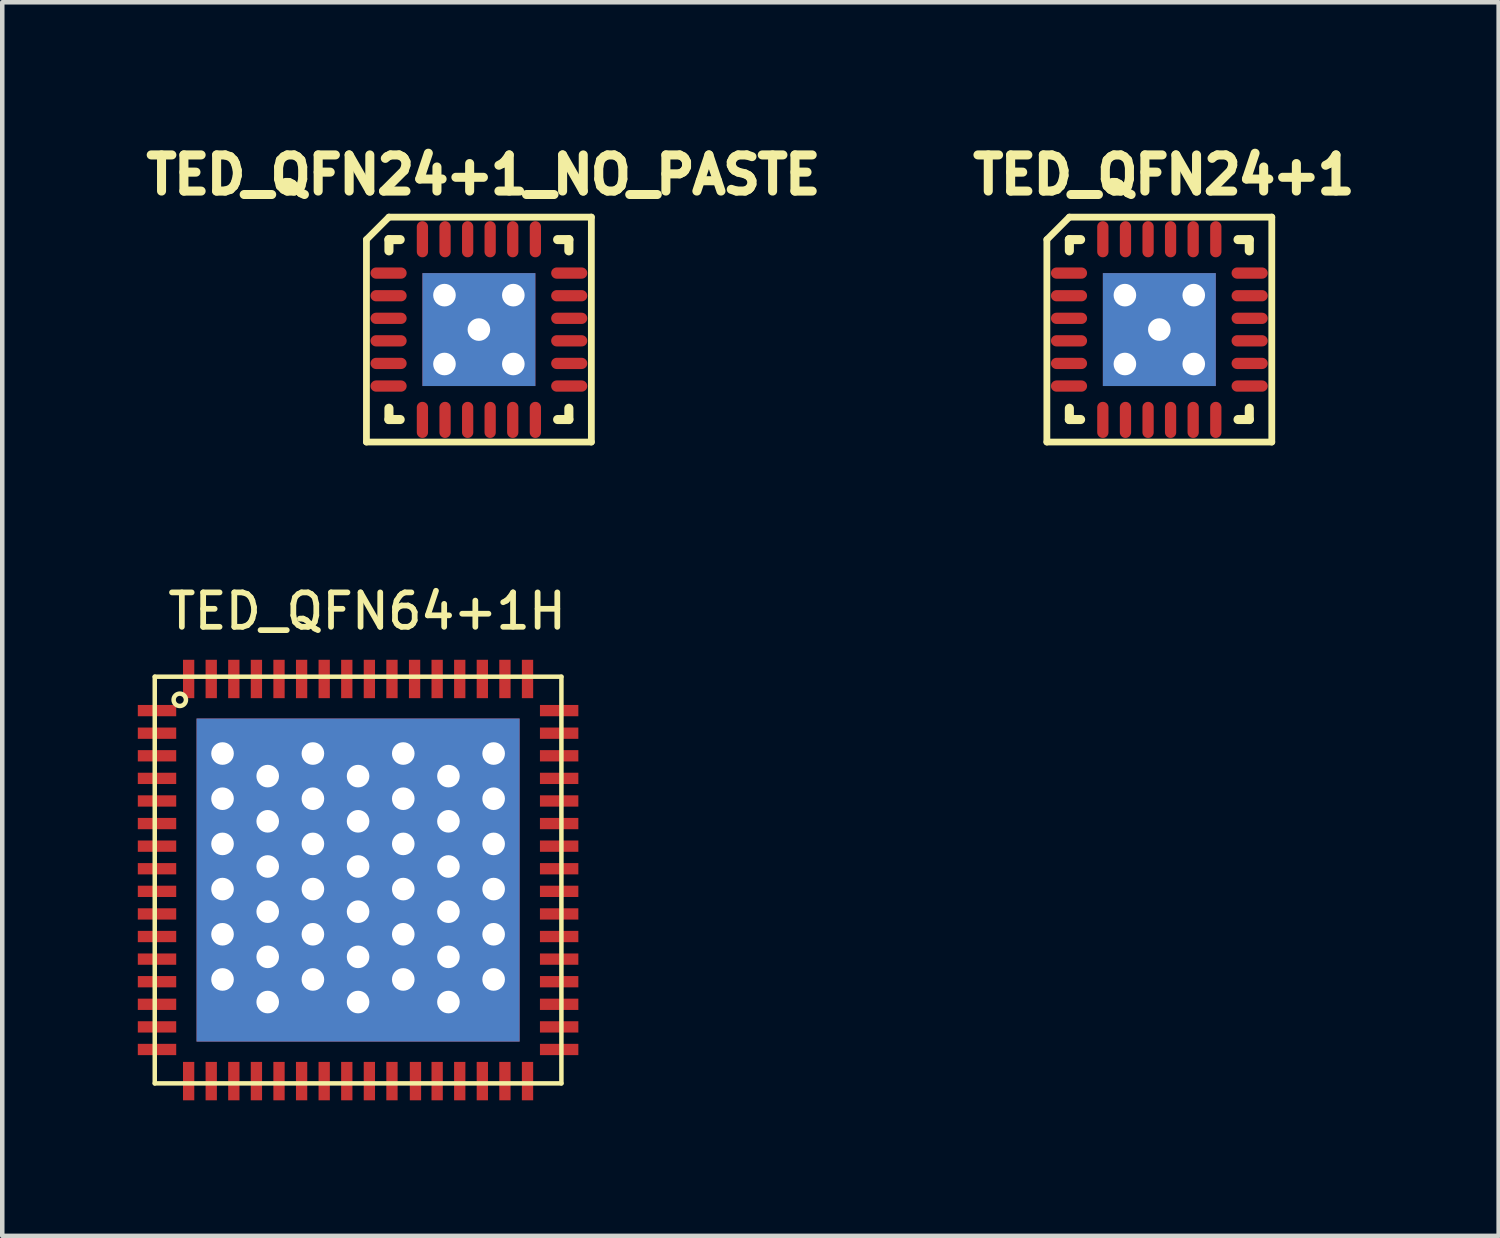
<source format=kicad_pcb>
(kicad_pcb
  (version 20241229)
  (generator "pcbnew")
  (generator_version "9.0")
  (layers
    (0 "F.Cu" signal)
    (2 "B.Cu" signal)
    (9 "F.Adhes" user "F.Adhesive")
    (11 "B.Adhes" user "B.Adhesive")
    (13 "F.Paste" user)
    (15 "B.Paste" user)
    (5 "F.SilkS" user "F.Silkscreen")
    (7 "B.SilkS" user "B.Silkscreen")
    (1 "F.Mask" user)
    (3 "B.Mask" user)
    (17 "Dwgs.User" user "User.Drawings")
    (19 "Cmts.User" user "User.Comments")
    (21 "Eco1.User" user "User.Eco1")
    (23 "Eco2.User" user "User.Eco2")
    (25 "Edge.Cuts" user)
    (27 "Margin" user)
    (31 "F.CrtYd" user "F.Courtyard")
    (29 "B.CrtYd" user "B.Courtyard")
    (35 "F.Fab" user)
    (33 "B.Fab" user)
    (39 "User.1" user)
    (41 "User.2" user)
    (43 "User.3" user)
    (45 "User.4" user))
  (footprint "TED_QFN24+1_NO_PASTE"
    (layer "F.Cu")
    (at 7.549 4.244)
    (property "Reference" "TED_QFN24+1_NO_PASTE" (at 0.1 -3.425 0) (layer "F.SilkS") (effects (font (size 0.8 0.8) (thickness 0.2))))
    (attr through_hole)
    (fp_line (start -2.489 -1.991) (end -2.489 2.489) (stroke (width 0.15) (type solid)) (layer "F.SilkS"))
    (fp_line (start -2.489 -1.991) (end -1.991 -2.489) (stroke (width 0.15) (type solid)) (layer "F.SilkS"))
    (fp_line (start -1.991 -2.489) (end 2.489 -2.489) (stroke (width 0.15) (type solid)) (layer "F.SilkS"))
    (fp_line (start -1.991 -1.991) (end -1.742 -1.991) (stroke (width 0.201) (type solid)) (layer "F.SilkS"))
    (fp_line (start -1.991 -1.742) (end -1.991 -1.991) (stroke (width 0.201) (type solid)) (layer "F.SilkS"))
    (fp_line (start -1.991 1.991) (end -1.991 1.742) (stroke (width 0.201) (type solid)) (layer "F.SilkS"))
    (fp_line (start -1.742 1.991) (end -1.991 1.991) (stroke (width 0.201) (type solid)) (layer "F.SilkS"))
    (fp_line (start 1.742 -1.991) (end 1.991 -1.991) (stroke (width 0.201) (type solid)) (layer "F.SilkS"))
    (fp_line (start 1.991 -1.991) (end 1.991 -1.742) (stroke (width 0.201) (type solid)) (layer "F.SilkS"))
    (fp_line (start 1.991 1.742) (end 1.991 1.991) (stroke (width 0.201) (type solid)) (layer "F.SilkS"))
    (fp_line (start 1.991 1.991) (end 1.742 1.991) (stroke (width 0.201) (type solid)) (layer "F.SilkS"))
    (fp_line (start 2.489 -2.489) (end 2.489 2.489) (stroke (width 0.15) (type solid)) (layer "F.SilkS"))
    (fp_line (start 2.489 2.489) (end -2.489 2.489) (stroke (width 0.15) (type solid)) (layer "F.SilkS"))
    (pad "1" smd oval (at -1.999 -1.25) (size 0.8 0.249) (layers "F.Cu" "F.Mask" "F.Paste"))
    (pad "2" smd oval (at -1.999 -0.749) (size 0.8 0.249) (layers "F.Cu" "F.Mask" "F.Paste"))
    (pad "3" smd oval (at -1.999 -0.249) (size 0.8 0.249) (layers "F.Cu" "F.Mask" "F.Paste"))
    (pad "4" smd oval (at -1.999 0.249) (size 0.8 0.249) (layers "F.Cu" "F.Mask" "F.Paste"))
    (pad "5" smd oval (at -1.999 0.749) (size 0.8 0.249) (layers "F.Cu" "F.Mask" "F.Paste"))
    (pad "6" smd oval (at -1.999 1.25) (size 0.8 0.249) (layers "F.Cu" "F.Mask" "F.Paste"))
    (pad "7" smd oval (at -1.25 1.999 90) (size 0.8 0.249) (layers "F.Cu" "F.Mask" "F.Paste"))
    (pad "8" smd oval (at -0.749 1.999 90) (size 0.8 0.249) (layers "F.Cu" "F.Mask" "F.Paste"))
    (pad "9" smd oval (at -0.249 1.999 90) (size 0.8 0.249) (layers "F.Cu" "F.Mask" "F.Paste"))
    (pad "10" smd oval (at 0.249 1.999 90) (size 0.8 0.249) (layers "F.Cu" "F.Mask" "F.Paste"))
    (pad "11" smd oval (at 0.749 1.999 90) (size 0.8 0.249) (layers "F.Cu" "F.Mask" "F.Paste"))
    (pad "12" smd oval (at 1.25 1.999 90) (size 0.8 0.249) (layers "F.Cu" "F.Mask" "F.Paste"))
    (pad "13" smd oval (at 1.999 1.25 180) (size 0.8 0.249) (layers "F.Cu" "F.Mask" "F.Paste"))
    (pad "14" smd oval (at 1.999 0.749 180) (size 0.8 0.249) (layers "F.Cu" "F.Mask" "F.Paste"))
    (pad "15" smd oval (at 1.999 0.249 180) (size 0.8 0.249) (layers "F.Cu" "F.Mask" "F.Paste"))
    (pad "16" smd oval (at 1.999 -0.249 180) (size 0.8 0.249) (layers "F.Cu" "F.Mask" "F.Paste"))
    (pad "17" smd oval (at 1.999 -0.749 180) (size 0.8 0.249) (layers "F.Cu" "F.Mask" "F.Paste"))
    (pad "18" smd oval (at 1.999 -1.25 180) (size 0.8 0.249) (layers "F.Cu" "F.Mask" "F.Paste"))
    (pad "19" smd oval (at 1.25 -1.999 270) (size 0.8 0.249) (layers "F.Cu" "F.Mask" "F.Paste"))
    (pad "20" smd oval (at 0.749 -1.999 270) (size 0.8 0.249) (layers "F.Cu" "F.Mask" "F.Paste"))
    (pad "21" smd oval (at 0.249 -1.999 270) (size 0.8 0.249) (layers "F.Cu" "F.Mask" "F.Paste"))
    (pad "22" smd oval (at -0.249 -1.999 270) (size 0.8 0.249) (layers "F.Cu" "F.Mask" "F.Paste"))
    (pad "23" smd oval (at -0.749 -1.999 270) (size 0.8 0.249) (layers "F.Cu" "F.Mask" "F.Paste"))
    (pad "24" smd oval (at -1.25 -1.999 270) (size 0.8 0.249) (layers "F.Cu" "F.Mask" "F.Paste"))
    (pad "25" thru_hole circle (at -0.762 -0.762 270) (size 0.6 0.6) (drill 0.5) (layers "*.Cu"))
    (pad "25" thru_hole circle (at -0.762 0.762 270) (size 0.6 0.6) (drill 0.5) (layers "*.Cu"))
    (pad "25" thru_hole circle (at 0 0 270) (size 0.6 0.6) (drill 0.5) (layers "*.Cu"))
    (pad "25" smd rect (at 0 0 270) (size 2.499 2.499) (layers "F.Cu" "F.Mask"))
    (pad "25" smd rect (at 0 0 270) (size 2.499 2.499) (layers "B.Cu" "B.Mask"))
    (pad "25" thru_hole circle (at 0.762 -0.762 270) (size 0.6 0.6) (drill 0.5) (layers "*.Cu"))
    (pad "25" thru_hole circle (at 0.762 0.762 270) (size 0.6 0.6) (drill 0.5) (layers "*.Cu")))
  (footprint "TED_QFN24+1"
    (layer "F.Cu")
    (at 22.608 4.244)
    (property "Reference" "TED_QFN24+1" (at 0.1 -3.425 0) (layer "F.SilkS") (effects (font (size 0.8 0.8) (thickness 0.2))))
    (attr through_hole)
    (fp_line (start -2.489 -1.991) (end -2.489 2.489) (stroke (width 0.15) (type solid)) (layer "F.SilkS"))
    (fp_line (start -2.489 -1.991) (end -1.991 -2.489) (stroke (width 0.15) (type solid)) (layer "F.SilkS"))
    (fp_line (start -1.991 -2.489) (end 2.489 -2.489) (stroke (width 0.15) (type solid)) (layer "F.SilkS"))
    (fp_line (start -1.991 -1.991) (end -1.742 -1.991) (stroke (width 0.201) (type solid)) (layer "F.SilkS"))
    (fp_line (start -1.991 -1.742) (end -1.991 -1.991) (stroke (width 0.201) (type solid)) (layer "F.SilkS"))
    (fp_line (start -1.991 1.991) (end -1.991 1.742) (stroke (width 0.201) (type solid)) (layer "F.SilkS"))
    (fp_line (start -1.742 1.991) (end -1.991 1.991) (stroke (width 0.201) (type solid)) (layer "F.SilkS"))
    (fp_line (start 1.742 -1.991) (end 1.991 -1.991) (stroke (width 0.201) (type solid)) (layer "F.SilkS"))
    (fp_line (start 1.991 -1.991) (end 1.991 -1.742) (stroke (width 0.201) (type solid)) (layer "F.SilkS"))
    (fp_line (start 1.991 1.742) (end 1.991 1.991) (stroke (width 0.201) (type solid)) (layer "F.SilkS"))
    (fp_line (start 1.991 1.991) (end 1.742 1.991) (stroke (width 0.201) (type solid)) (layer "F.SilkS"))
    (fp_line (start 2.489 -2.489) (end 2.489 2.489) (stroke (width 0.15) (type solid)) (layer "F.SilkS"))
    (fp_line (start 2.489 2.489) (end -2.489 2.489) (stroke (width 0.15) (type solid)) (layer "F.SilkS"))
    (pad "1" smd oval (at -1.999 -1.25) (size 0.8 0.249) (layers "F.Cu" "F.Mask" "F.Paste"))
    (pad "2" smd oval (at -1.999 -0.749) (size 0.8 0.249) (layers "F.Cu" "F.Mask" "F.Paste"))
    (pad "3" smd oval (at -1.999 -0.249) (size 0.8 0.249) (layers "F.Cu" "F.Mask" "F.Paste"))
    (pad "4" smd oval (at -1.999 0.249) (size 0.8 0.249) (layers "F.Cu" "F.Mask" "F.Paste"))
    (pad "5" smd oval (at -1.999 0.749) (size 0.8 0.249) (layers "F.Cu" "F.Mask" "F.Paste"))
    (pad "6" smd oval (at -1.999 1.25) (size 0.8 0.249) (layers "F.Cu" "F.Mask" "F.Paste"))
    (pad "7" smd oval (at -1.25 1.999 90) (size 0.8 0.249) (layers "F.Cu" "F.Mask" "F.Paste"))
    (pad "8" smd oval (at -0.749 1.999 90) (size 0.8 0.249) (layers "F.Cu" "F.Mask" "F.Paste"))
    (pad "9" smd oval (at -0.249 1.999 90) (size 0.8 0.249) (layers "F.Cu" "F.Mask" "F.Paste"))
    (pad "10" smd oval (at 0.249 1.999 90) (size 0.8 0.249) (layers "F.Cu" "F.Mask" "F.Paste"))
    (pad "11" smd oval (at 0.749 1.999 90) (size 0.8 0.249) (layers "F.Cu" "F.Mask" "F.Paste"))
    (pad "12" smd oval (at 1.25 1.999 90) (size 0.8 0.249) (layers "F.Cu" "F.Mask" "F.Paste"))
    (pad "13" smd oval (at 1.999 1.25 180) (size 0.8 0.249) (layers "F.Cu" "F.Mask" "F.Paste"))
    (pad "14" smd oval (at 1.999 0.749 180) (size 0.8 0.249) (layers "F.Cu" "F.Mask" "F.Paste"))
    (pad "15" smd oval (at 1.999 0.249 180) (size 0.8 0.249) (layers "F.Cu" "F.Mask" "F.Paste"))
    (pad "16" smd oval (at 1.999 -0.249 180) (size 0.8 0.249) (layers "F.Cu" "F.Mask" "F.Paste"))
    (pad "17" smd oval (at 1.999 -0.749 180) (size 0.8 0.249) (layers "F.Cu" "F.Mask" "F.Paste"))
    (pad "18" smd oval (at 1.999 -1.25 180) (size 0.8 0.249) (layers "F.Cu" "F.Mask" "F.Paste"))
    (pad "19" smd oval (at 1.25 -1.999 270) (size 0.8 0.249) (layers "F.Cu" "F.Mask" "F.Paste"))
    (pad "20" smd oval (at 0.749 -1.999 270) (size 0.8 0.249) (layers "F.Cu" "F.Mask" "F.Paste"))
    (pad "21" smd oval (at 0.249 -1.999 270) (size 0.8 0.249) (layers "F.Cu" "F.Mask" "F.Paste"))
    (pad "22" smd oval (at -0.249 -1.999 270) (size 0.8 0.249) (layers "F.Cu" "F.Mask" "F.Paste"))
    (pad "23" smd oval (at -0.749 -1.999 270) (size 0.8 0.249) (layers "F.Cu" "F.Mask" "F.Paste"))
    (pad "24" smd oval (at -1.25 -1.999 270) (size 0.8 0.249) (layers "F.Cu" "F.Mask" "F.Paste"))
    (pad "25" thru_hole circle (at -0.762 -0.762 270) (size 0.6 0.6) (drill 0.5) (layers "*.Cu"))
    (pad "25" thru_hole circle (at -0.762 0.762 270) (size 0.6 0.6) (drill 0.5) (layers "*.Cu"))
    (pad "25" thru_hole circle (at 0 0 270) (size 0.6 0.6) (drill 0.5) (layers "*.Cu"))
    (pad "25" smd rect (at 0 0 270) (size 2.499 2.499) (layers "F.Cu" "F.Mask" "F.Paste"))
    (pad "25" smd rect (at 0 0 270) (size 2.499 2.499) (layers "B.Cu" "B.Mask" "B.Paste"))
    (pad "25" thru_hole circle (at 0.762 -0.762 270) (size 0.6 0.6) (drill 0.5) (layers "*.Cu"))
    (pad "25" thru_hole circle (at 0.762 0.762 270) (size 0.6 0.6) (drill 0.5) (layers "*.Cu")))
  (footprint "TED_QFN64+1H"
    (layer "F.Cu")
    (at 4.875 16.427)
    (property "Reference" "TED_QFN64+1H" (at 0.2 -5.95 0) (layer "F.SilkS") (effects (font (size 0.762 0.762) (thickness 0.127))))
    (attr smd)
    (fp_line (start -4.5 -4.5) (end 4.5 -4.5) (stroke (width 0.099) (type solid)) (layer "F.SilkS"))
    (fp_line (start -4.5 4.5) (end -4.5 -4.5) (stroke (width 0.099) (type solid)) (layer "F.SilkS"))
    (fp_line (start 4.5 -4.5) (end 4.5 4.5) (stroke (width 0.099) (type solid)) (layer "F.SilkS"))
    (fp_line (start 4.5 4.5) (end -4.5 4.5) (stroke (width 0.099) (type solid)) (layer "F.SilkS"))
    (fp_circle (center -3.946 -3.989) (end -3.895 -3.862) (stroke (width 0.099) (type solid)) (fill no) (layer "F.SilkS"))
    (pad "1" smd rect (at -4.45 -3.75 90) (size 0.25 0.85) (layers "F.Cu" "F.Mask" "F.Paste"))
    (pad "2" smd rect (at -4.45 -3.25 90) (size 0.25 0.85) (layers "F.Cu" "F.Mask" "F.Paste"))
    (pad "3" smd rect (at -4.45 -2.75 90) (size 0.25 0.85) (layers "F.Cu" "F.Mask" "F.Paste"))
    (pad "4" smd rect (at -4.45 -2.25 90) (size 0.25 0.85) (layers "F.Cu" "F.Mask" "F.Paste"))
    (pad "5" smd rect (at -4.45 -1.75 90) (size 0.25 0.85) (layers "F.Cu" "F.Mask" "F.Paste"))
    (pad "6" smd rect (at -4.45 -1.25 90) (size 0.25 0.85) (layers "F.Cu" "F.Mask" "F.Paste"))
    (pad "7" smd rect (at -4.45 -0.75 90) (size 0.25 0.85) (layers "F.Cu" "F.Mask" "F.Paste"))
    (pad "8" smd rect (at -4.45 -0.25 90) (size 0.25 0.85) (layers "F.Cu" "F.Mask" "F.Paste"))
    (pad "9" smd rect (at -4.45 0.25 90) (size 0.25 0.85) (layers "F.Cu" "F.Mask" "F.Paste"))
    (pad "10" smd rect (at -4.45 0.75 90) (size 0.25 0.85) (layers "F.Cu" "F.Mask" "F.Paste"))
    (pad "11" smd rect (at -4.45 1.25 90) (size 0.25 0.85) (layers "F.Cu" "F.Mask" "F.Paste"))
    (pad "12" smd rect (at -4.45 1.75 90) (size 0.25 0.85) (layers "F.Cu" "F.Mask" "F.Paste"))
    (pad "13" smd rect (at -4.45 2.25 90) (size 0.25 0.85) (layers "F.Cu" "F.Mask" "F.Paste"))
    (pad "14" smd rect (at -4.45 2.75 90) (size 0.25 0.85) (layers "F.Cu" "F.Mask" "F.Paste"))
    (pad "15" smd rect (at -4.45 3.25 90) (size 0.25 0.85) (layers "F.Cu" "F.Mask" "F.Paste"))
    (pad "16" smd rect (at -4.45 3.75 90) (size 0.25 0.85) (layers "F.Cu" "F.Mask" "F.Paste"))
    (pad "17" smd rect (at -3.75 4.45 180) (size 0.25 0.85) (layers "F.Cu" "F.Mask" "F.Paste"))
    (pad "18" smd rect (at -3.25 4.45 180) (size 0.25 0.85) (layers "F.Cu" "F.Mask" "F.Paste"))
    (pad "19" smd rect (at -2.75 4.45 180) (size 0.25 0.85) (layers "F.Cu" "F.Mask" "F.Paste"))
    (pad "20" smd rect (at -2.25 4.45 180) (size 0.25 0.85) (layers "F.Cu" "F.Mask" "F.Paste"))
    (pad "21" smd rect (at -1.75 4.45 180) (size 0.25 0.85) (layers "F.Cu" "F.Mask" "F.Paste"))
    (pad "22" smd rect (at -1.25 4.45 180) (size 0.25 0.85) (layers "F.Cu" "F.Mask" "F.Paste"))
    (pad "23" smd rect (at -0.75 4.45 180) (size 0.25 0.85) (layers "F.Cu" "F.Mask" "F.Paste"))
    (pad "24" smd rect (at -0.25 4.45 180) (size 0.25 0.85) (layers "F.Cu" "F.Mask" "F.Paste"))
    (pad "25" smd rect (at 0.25 4.45 180) (size 0.25 0.85) (layers "F.Cu" "F.Mask" "F.Paste"))
    (pad "26" smd rect (at 0.75 4.45 180) (size 0.25 0.85) (layers "F.Cu" "F.Mask" "F.Paste"))
    (pad "27" smd rect (at 1.27 4.45 180) (size 0.25 0.85) (layers "F.Cu" "F.Mask" "F.Paste"))
    (pad "28" smd rect (at 1.75 4.45 180) (size 0.25 0.85) (layers "F.Cu" "F.Mask" "F.Paste"))
    (pad "29" smd rect (at 2.25 4.45 180) (size 0.25 0.85) (layers "F.Cu" "F.Mask" "F.Paste"))
    (pad "30" smd rect (at 2.75 4.45 180) (size 0.25 0.85) (layers "F.Cu" "F.Mask" "F.Paste"))
    (pad "31" smd rect (at 3.25 4.45 180) (size 0.25 0.85) (layers "F.Cu" "F.Mask" "F.Paste"))
    (pad "32" smd rect (at 3.75 4.45 180) (size 0.25 0.85) (layers "F.Cu" "F.Mask" "F.Paste"))
    (pad "33" smd rect (at 4.45 3.75 90) (size 0.25 0.85) (layers "F.Cu" "F.Mask" "F.Paste"))
    (pad "34" smd rect (at 4.45 3.25 90) (size 0.25 0.85) (layers "F.Cu" "F.Mask" "F.Paste"))
    (pad "35" smd rect (at 4.45 2.75 90) (size 0.25 0.85) (layers "F.Cu" "F.Mask" "F.Paste"))
    (pad "36" smd rect (at 4.45 2.25 90) (size 0.25 0.85) (layers "F.Cu" "F.Mask" "F.Paste"))
    (pad "37" smd rect (at 4.45 1.75 90) (size 0.25 0.85) (layers "F.Cu" "F.Mask" "F.Paste"))
    (pad "38" smd rect (at 4.45 1.25 90) (size 0.25 0.85) (layers "F.Cu" "F.Mask" "F.Paste"))
    (pad "39" smd rect (at 4.45 0.75 90) (size 0.25 0.85) (layers "F.Cu" "F.Mask" "F.Paste"))
    (pad "40" smd rect (at 4.45 0.25 90) (size 0.25 0.85) (layers "F.Cu" "F.Mask" "F.Paste"))
    (pad "41" smd rect (at 4.45 -0.25 90) (size 0.25 0.85) (layers "F.Cu" "F.Mask" "F.Paste"))
    (pad "42" smd rect (at 4.45 -0.75 90) (size 0.25 0.85) (layers "F.Cu" "F.Mask" "F.Paste"))
    (pad "43" smd rect (at 4.45 -1.25 90) (size 0.25 0.85) (layers "F.Cu" "F.Mask" "F.Paste"))
    (pad "44" smd rect (at 4.45 -1.75 90) (size 0.25 0.85) (layers "F.Cu" "F.Mask" "F.Paste"))
    (pad "45" smd rect (at 4.45 -2.25 90) (size 0.25 0.85) (layers "F.Cu" "F.Mask" "F.Paste"))
    (pad "46" smd rect (at 4.45 -2.75 90) (size 0.25 0.85) (layers "F.Cu" "F.Mask" "F.Paste"))
    (pad "47" smd rect (at 4.45 -3.25 90) (size 0.25 0.85) (layers "F.Cu" "F.Mask" "F.Paste"))
    (pad "48" smd rect (at 4.45 -3.75 90) (size 0.25 0.85) (layers "F.Cu" "F.Mask" "F.Paste"))
    (pad "49" smd rect (at 3.75 -4.45 180) (size 0.25 0.85) (layers "F.Cu" "F.Mask" "F.Paste"))
    (pad "50" smd rect (at 3.25 -4.45 180) (size 0.25 0.85) (layers "F.Cu" "F.Mask" "F.Paste"))
    (pad "51" smd rect (at 2.75 -4.45 180) (size 0.25 0.85) (layers "F.Cu" "F.Mask" "F.Paste"))
    (pad "52" smd rect (at 2.25 -4.45 180) (size 0.25 0.85) (layers "F.Cu" "F.Mask" "F.Paste"))
    (pad "53" smd rect (at 1.75 -4.45 180) (size 0.25 0.85) (layers "F.Cu" "F.Mask" "F.Paste"))
    (pad "54" smd rect (at 1.25 -4.45 180) (size 0.25 0.85) (layers "F.Cu" "F.Mask" "F.Paste"))
    (pad "55" smd rect (at 0.75 -4.45 180) (size 0.25 0.85) (layers "F.Cu" "F.Mask" "F.Paste"))
    (pad "56" smd rect (at 0.25 -4.45 180) (size 0.25 0.85) (layers "F.Cu" "F.Mask" "F.Paste"))
    (pad "57" smd rect (at -0.25 -4.45 180) (size 0.25 0.85) (layers "F.Cu" "F.Mask" "F.Paste"))
    (pad "58" smd rect (at -0.75 -4.45 180) (size 0.25 0.85) (layers "F.Cu" "F.Mask" "F.Paste"))
    (pad "59" smd rect (at -1.25 -4.45 180) (size 0.25 0.85) (layers "F.Cu" "F.Mask" "F.Paste"))
    (pad "60" smd rect (at -1.75 -4.45 180) (size 0.25 0.85) (layers "F.Cu" "F.Mask" "F.Paste"))
    (pad "61" smd rect (at -2.25 -4.45 180) (size 0.25 0.85) (layers "F.Cu" "F.Mask" "F.Paste"))
    (pad "62" smd rect (at -2.75 -4.45 180) (size 0.25 0.85) (layers "F.Cu" "F.Mask" "F.Paste"))
    (pad "63" smd rect (at -3.25 -4.45 180) (size 0.25 0.85) (layers "F.Cu" "F.Mask" "F.Paste"))
    (pad "64" smd rect (at -3.75 -4.45 180) (size 0.25 0.85) (layers "F.Cu" "F.Mask" "F.Paste"))
    (pad "65" thru_hole circle (at -3 -2.8) (size 0.6 0.6) (drill 0.5) (layers "*.Cu"))
    (pad "65" thru_hole circle (at -3 -1.8) (size 0.6 0.6) (drill 0.5) (layers "*.Cu"))
    (pad "65" thru_hole circle (at -3 -0.8) (size 0.6 0.6) (drill 0.5) (layers "*.Cu"))
    (pad "65" thru_hole circle (at -3 0.2) (size 0.6 0.6) (drill 0.5) (layers "*.Cu"))
    (pad "65" thru_hole circle (at -3 1.2) (size 0.6 0.6) (drill 0.5) (layers "*.Cu"))
    (pad "65" thru_hole circle (at -3 2.2) (size 0.6 0.6) (drill 0.5) (layers "*.Cu"))
    (pad "65" thru_hole circle (at -2 -2.3) (size 0.6 0.6) (drill 0.5) (layers "*.Cu"))
    (pad "65" thru_hole circle (at -2 -1.3) (size 0.6 0.6) (drill 0.5) (layers "*.Cu"))
    (pad "65" thru_hole circle (at -2 -0.3) (size 0.6 0.6) (drill 0.5) (layers "*.Cu"))
    (pad "65" thru_hole circle (at -2 0.7) (size 0.6 0.6) (drill 0.5) (layers "*.Cu"))
    (pad "65" thru_hole circle (at -2 1.7) (size 0.6 0.6) (drill 0.5) (layers "*.Cu"))
    (pad "65" thru_hole circle (at -2 2.7) (size 0.6 0.6) (drill 0.5) (layers "*.Cu"))
    (pad "65" thru_hole circle (at -1 -2.8) (size 0.6 0.6) (drill 0.5) (layers "*.Cu"))
    (pad "65" thru_hole circle (at -1 -1.8) (size 0.6 0.6) (drill 0.5) (layers "*.Cu"))
    (pad "65" thru_hole circle (at -1 -0.8) (size 0.6 0.6) (drill 0.5) (layers "*.Cu"))
    (pad "65" thru_hole circle (at -1 0.2) (size 0.6 0.6) (drill 0.5) (layers "*.Cu"))
    (pad "65" thru_hole circle (at -1 1.2) (size 0.6 0.6) (drill 0.5) (layers "*.Cu"))
    (pad "65" thru_hole circle (at -1 2.2) (size 0.6 0.6) (drill 0.5) (layers "*.Cu"))
    (pad "65" thru_hole circle (at 0 -2.3) (size 0.6 0.6) (drill 0.5) (layers "*.Cu"))
    (pad "65" thru_hole circle (at 0 -1.3) (size 0.6 0.6) (drill 0.5) (layers "*.Cu"))
    (pad "65" thru_hole circle (at 0 -0.3) (size 0.6 0.6) (drill 0.5) (layers "*.Cu"))
    (pad "65" smd rect (at 0 0 180) (size 7.15 7.15) (layers "*.Cu" "*.Mask" "F.Paste"))
    (pad "65" thru_hole circle (at 0 0.7) (size 0.6 0.6) (drill 0.5) (layers "*.Cu"))
    (pad "65" thru_hole circle (at 0 1.7) (size 0.6 0.6) (drill 0.5) (layers "*.Cu"))
    (pad "65" thru_hole circle (at 0 2.7) (size 0.6 0.6) (drill 0.5) (layers "*.Cu"))
    (pad "65" thru_hole circle (at 1 -2.8) (size 0.6 0.6) (drill 0.5) (layers "*.Cu"))
    (pad "65" thru_hole circle (at 1 -1.8) (size 0.6 0.6) (drill 0.5) (layers "*.Cu"))
    (pad "65" thru_hole circle (at 1 -0.8) (size 0.6 0.6) (drill 0.5) (layers "*.Cu"))
    (pad "65" thru_hole circle (at 1 0.2) (size 0.6 0.6) (drill 0.5) (layers "*.Cu"))
    (pad "65" thru_hole circle (at 1 1.2) (size 0.6 0.6) (drill 0.5) (layers "*.Cu"))
    (pad "65" thru_hole circle (at 1 2.2) (size 0.6 0.6) (drill 0.5) (layers "*.Cu"))
    (pad "65" thru_hole circle (at 2 -2.3) (size 0.6 0.6) (drill 0.5) (layers "*.Cu"))
    (pad "65" thru_hole circle (at 2 -1.3) (size 0.6 0.6) (drill 0.5) (layers "*.Cu"))
    (pad "65" thru_hole circle (at 2 -0.3) (size 0.6 0.6) (drill 0.5) (layers "*.Cu"))
    (pad "65" thru_hole circle (at 2 0.7) (size 0.6 0.6) (drill 0.5) (layers "*.Cu"))
    (pad "65" thru_hole circle (at 2 1.7) (size 0.6 0.6) (drill 0.5) (layers "*.Cu"))
    (pad "65" thru_hole circle (at 2 2.7) (size 0.6 0.6) (drill 0.5) (layers "*.Cu"))
    (pad "65" thru_hole circle (at 3 -2.8) (size 0.6 0.6) (drill 0.5) (layers "*.Cu"))
    (pad "65" thru_hole circle (at 3 -1.8) (size 0.6 0.6) (drill 0.5) (layers "*.Cu"))
    (pad "65" thru_hole circle (at 3 -0.8) (size 0.6 0.6) (drill 0.5) (layers "*.Cu"))
    (pad "65" thru_hole circle (at 3 0.2) (size 0.6 0.6) (drill 0.5) (layers "*.Cu"))
    (pad "65" thru_hole circle (at 3 1.2) (size 0.6 0.6) (drill 0.5) (layers "*.Cu"))
    (pad "65" thru_hole circle (at 3 2.2) (size 0.6 0.6) (drill 0.5) (layers "*.Cu")))
  (gr_rect
    (start -3 -3)
    (end 30.118 24.302)
    (stroke (width 0.1) (type default))
    (fill no)
    (layer "Edge.Cuts")))
</source>
